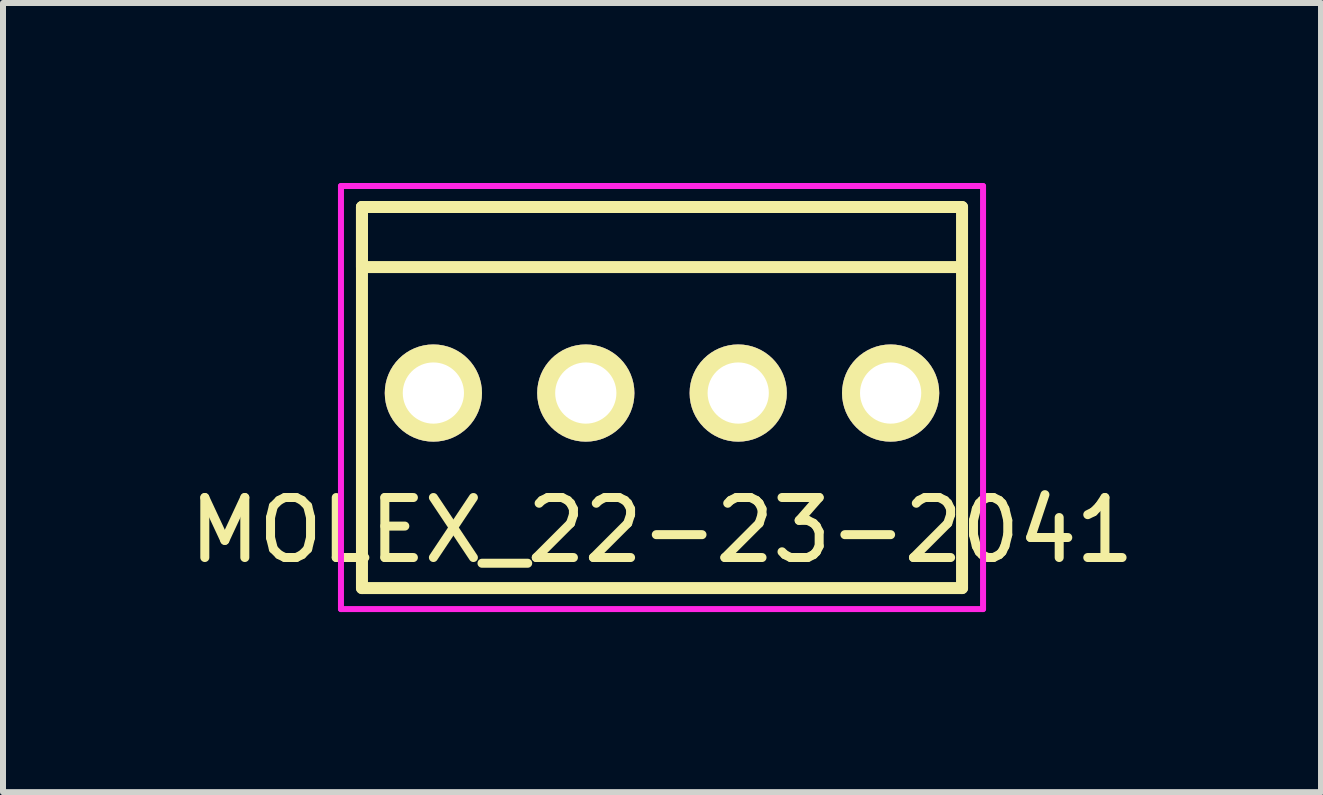
<source format=kicad_pcb>
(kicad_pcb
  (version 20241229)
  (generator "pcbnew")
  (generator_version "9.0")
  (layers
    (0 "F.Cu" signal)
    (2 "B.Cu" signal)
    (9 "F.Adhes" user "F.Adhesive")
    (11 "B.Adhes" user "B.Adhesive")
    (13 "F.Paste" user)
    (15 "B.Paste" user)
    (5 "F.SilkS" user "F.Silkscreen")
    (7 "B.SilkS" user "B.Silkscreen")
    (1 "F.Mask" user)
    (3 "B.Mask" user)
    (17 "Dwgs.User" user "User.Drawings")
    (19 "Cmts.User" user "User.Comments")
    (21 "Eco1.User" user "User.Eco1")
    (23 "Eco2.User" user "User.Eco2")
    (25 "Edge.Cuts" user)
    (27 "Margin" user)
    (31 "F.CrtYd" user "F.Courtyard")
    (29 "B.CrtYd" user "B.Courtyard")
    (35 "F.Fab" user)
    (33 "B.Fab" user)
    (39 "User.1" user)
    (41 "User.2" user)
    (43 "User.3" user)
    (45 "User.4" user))
  (footprint "MOLEX_22-23-2041"
    (layer "F.Cu")
    (at 7.982 3.5)
    (property "Reference" "MOLEX_22-23-2041" (at 0 2.286 0) (layer "F.SilkS") (effects (font (size 1 1) (thickness 0.15))))
    (attr through_hole)
    (fp_line (start -5 -3.1) (end -5 -2.1) (stroke (width 0.2) (type solid)) (layer "F.SilkS"))
    (fp_line (start -5 -3.1) (end -5 3.25) (stroke (width 0.2) (type solid)) (layer "F.SilkS"))
    (fp_line (start -5 -2.1) (end 5 -2.1) (stroke (width 0.2) (type solid)) (layer "F.SilkS"))
    (fp_line (start -5 3.25) (end 5 3.25) (stroke (width 0.2) (type solid)) (layer "F.SilkS"))
    (fp_line (start 5 -3.1) (end -5 -3.1) (stroke (width 0.2) (type solid)) (layer "F.SilkS"))
    (fp_line (start 5 3.25) (end 5 -3.1) (stroke (width 0.2) (type solid)) (layer "F.SilkS"))
    (fp_line (start -5.35 -3.45) (end -5.35 3.6) (stroke (width 0.1) (type solid)) (layer "F.CrtYd"))
    (fp_line (start -5.35 3.6) (end 5.35 3.6) (stroke (width 0.1) (type solid)) (layer "F.CrtYd"))
    (fp_line (start 5.35 -3.45) (end -5.35 -3.45) (stroke (width 0.1) (type solid)) (layer "F.CrtYd"))
    (fp_line (start 5.35 3.6) (end 5.35 -3.45) (stroke (width 0.1) (type solid)) (layer "F.CrtYd"))
    (pad "1" thru_hole circle (at -3.81 0) (size 1.62 1.62) (drill 1.02) (layers "*.Cu" "*.Mask" "F.SilkS"))
    (pad "2" thru_hole circle (at -1.27 0) (size 1.62 1.62) (drill 1.02) (layers "*.Cu" "*.Mask" "F.SilkS"))
    (pad "3" thru_hole circle (at 1.27 0) (size 1.62 1.62) (drill 1.02) (layers "*.Cu" "*.Mask" "F.SilkS"))
    (pad "4" thru_hole circle (at 3.81 0) (size 1.62 1.62) (drill 1.02) (layers "*.Cu" "*.Mask" "F.SilkS")))
  (gr_rect
    (start -3 -3)
    (end 18.964 10.15)
    (stroke (width 0.1) (type default))
    (fill no)
    (layer "Edge.Cuts")))
</source>
